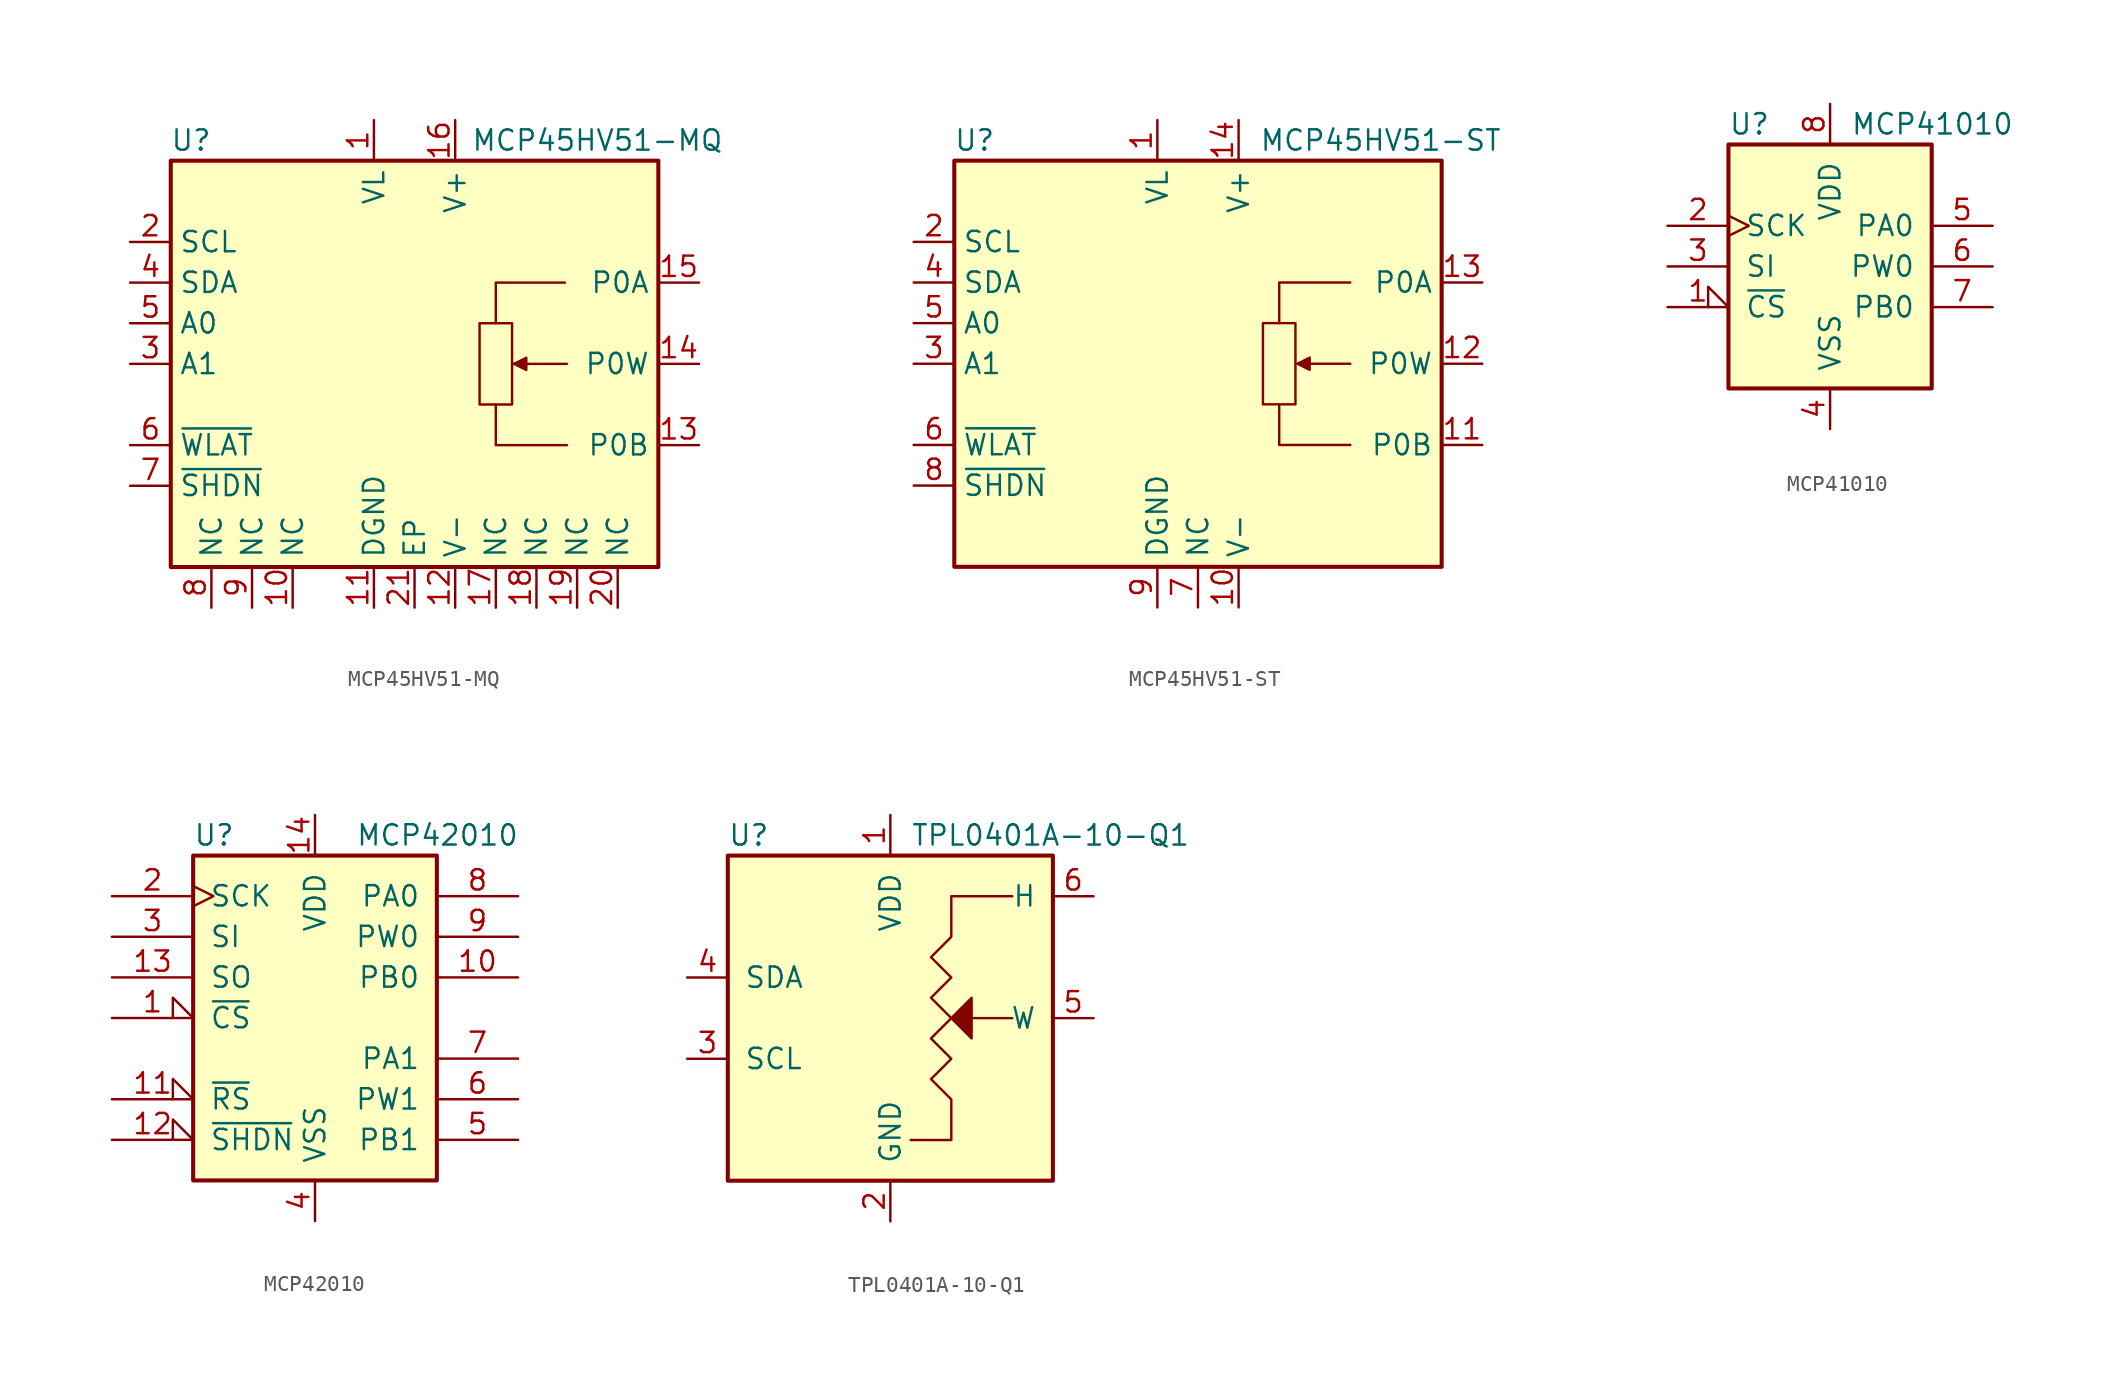
<source format=kicad_sym>
(kicad_symbol_lib
  (version 20201005)
  (generator kicad_symbol_editor)
  (symbol "MCP45HV51-MQ"
    (property "Reference" "U"
      (at -13.97 13.97 0)
      (effects (font (size 1.27 1.27))))
    (property "Value" "MCP45HV51-MQ"
      (at 11.43 13.97 0)
      (effects (font (size 1.27 1.27))))
    (symbol "MCP45HV51-MQ_0_1"
      (rectangle (start 6.096 2.54) (end 4.064 -2.54) (stroke (width 0)) (fill (type none)))
      (polyline (pts (xy 9.525 0) (xy 6.223 0)) (stroke (width 0)) (fill (type none)))
      (polyline (pts (xy 5.08 -2.54) (xy 5.08 -5.08) (xy 9.525 -5.08)) (stroke (width 0)) (fill (type none)))
      (polyline (pts (xy 5.08 2.54) (xy 5.08 5.08) (xy 9.398 5.08)) (stroke (width 0)) (fill (type none)))
      (polyline (pts (xy 6.223 0) (xy 6.985 0.381) (xy 6.985 -0.381) (xy 6.223 0)) (stroke (width 0)) (fill (type outline))))
    (symbol "MCP45HV51-MQ_1_1"
      (rectangle (start -15.24 12.7) (end 15.24 -12.7) (stroke (width 0.254)) (fill (type background)))
      (pin power_in line (at -2.54 15.24 270) (length 2.54) (name "VL" (effects (font (size 1.27 1.27)))) (number "1" (effects (font (size 1.27 1.27)))))
      (pin passive line (at -7.62 -15.24 90) (length 2.54) (name "NC" (effects (font (size 1.27 1.27)))) (number "10" (effects (font (size 1.27 1.27)))))
      (pin power_in line (at -2.54 -15.24 90) (length 2.54) (name "DGND" (effects (font (size 1.27 1.27)))) (number "11" (effects (font (size 1.27 1.27)))))
      (pin power_in line (at 2.54 -15.24 90) (length 2.54) (name "V-" (effects (font (size 1.27 1.27)))) (number "12" (effects (font (size 1.27 1.27)))))
      (pin passive line (at 17.78 -5.08 180) (length 2.54) (name "P0B" (effects (font (size 1.27 1.27)))) (number "13" (effects (font (size 1.27 1.27)))))
      (pin passive line (at 17.78 0 180) (length 2.54) (name "P0W" (effects (font (size 1.27 1.27)))) (number "14" (effects (font (size 1.27 1.27)))))
      (pin passive line (at 17.78 5.08 180) (length 2.54) (name "P0A" (effects (font (size 1.27 1.27)))) (number "15" (effects (font (size 1.27 1.27)))))
      (pin power_in line (at 2.54 15.24 270) (length 2.54) (name "V+" (effects (font (size 1.27 1.27)))) (number "16" (effects (font (size 1.27 1.27)))))
      (pin passive line (at 5.08 -15.24 90) (length 2.54) (name "NC" (effects (font (size 1.27 1.27)))) (number "17" (effects (font (size 1.27 1.27)))))
      (pin passive line (at 7.62 -15.24 90) (length 2.54) (name "NC" (effects (font (size 1.27 1.27)))) (number "18" (effects (font (size 1.27 1.27)))))
      (pin passive line (at 10.16 -15.24 90) (length 2.54) (name "NC" (effects (font (size 1.27 1.27)))) (number "19" (effects (font (size 1.27 1.27)))))
      (pin input line (at -17.78 7.62 0) (length 2.54) (name "SCL" (effects (font (size 1.27 1.27)))) (number "2" (effects (font (size 1.27 1.27)))))
      (pin passive line (at 12.7 -15.24 90) (length 2.54) (name "NC" (effects (font (size 1.27 1.27)))) (number "20" (effects (font (size 1.27 1.27)))))
      (pin power_in line (at 0 -15.24 90) (length 2.54) (name "EP" (effects (font (size 1.27 1.27)))) (number "21" (effects (font (size 1.27 1.27)))))
      (pin input line (at -17.78 0 0) (length 2.54) (name "A1" (effects (font (size 1.27 1.27)))) (number "3" (effects (font (size 1.27 1.27)))))
      (pin bidirectional line (at -17.78 5.08 0) (length 2.54) (name "SDA" (effects (font (size 1.27 1.27)))) (number "4" (effects (font (size 1.27 1.27)))))
      (pin input line (at -17.78 2.54 0) (length 2.54) (name "A0" (effects (font (size 1.27 1.27)))) (number "5" (effects (font (size 1.27 1.27)))))
      (pin input line (at -17.78 -5.08 0) (length 2.54) (name "~WLAT" (effects (font (size 1.27 1.27)))) (number "6" (effects (font (size 1.27 1.27)))))
      (pin input line (at -17.78 -7.62 0) (length 2.54) (name "~SHDN" (effects (font (size 1.27 1.27)))) (number "7" (effects (font (size 1.27 1.27)))))
      (pin passive line (at -12.7 -15.24 90) (length 2.54) (name "NC" (effects (font (size 1.27 1.27)))) (number "8" (effects (font (size 1.27 1.27)))))
      (pin passive line (at -10.16 -15.24 90) (length 2.54) (name "NC" (effects (font (size 1.27 1.27)))) (number "9" (effects (font (size 1.27 1.27)))))))
  (symbol "MCP45HV51-ST"
    (property "Reference" "U"
      (at -13.97 13.97 0)
      (effects (font (size 1.27 1.27))))
    (property "Value" "MCP45HV51-ST"
      (at 11.43 13.97 0)
      (effects (font (size 1.27 1.27))))
    (symbol "MCP45HV51-ST_0_1"
      (polyline (pts (xy 9.525 0) (xy 6.223 0)) (stroke (width 0)) (fill (type none)))
      (polyline (pts (xy 5.08 -2.54) (xy 5.08 -5.08) (xy 9.525 -5.08)) (stroke (width 0)) (fill (type none)))
      (polyline (pts (xy 5.08 2.54) (xy 5.08 5.08) (xy 9.525 5.08)) (stroke (width 0)) (fill (type none)))
      (polyline (pts (xy 6.223 0) (xy 6.985 0.381) (xy 6.985 -0.381) (xy 6.223 0)) (stroke (width 0)) (fill (type outline)))
      (polyline (pts (xy 6.096 2.54) (xy 4.064 2.54) (xy 4.064 -2.54) (xy 6.096 -2.54) (xy 6.096 2.54)) (stroke (width 0)) (fill (type none))))
    (symbol "MCP45HV51-ST_1_1"
      (rectangle (start -15.24 12.7) (end 15.24 -12.7) (stroke (width 0.254)) (fill (type background)))
      (pin power_in line (at -2.54 15.24 270) (length 2.54) (name "VL" (effects (font (size 1.27 1.27)))) (number "1" (effects (font (size 1.27 1.27)))))
      (pin power_in line (at 2.54 -15.24 90) (length 2.54) (name "V-" (effects (font (size 1.27 1.27)))) (number "10" (effects (font (size 1.27 1.27)))))
      (pin passive line (at 17.78 -5.08 180) (length 2.54) (name "P0B" (effects (font (size 1.27 1.27)))) (number "11" (effects (font (size 1.27 1.27)))))
      (pin passive line (at 17.78 0 180) (length 2.54) (name "P0W" (effects (font (size 1.27 1.27)))) (number "12" (effects (font (size 1.27 1.27)))))
      (pin passive line (at 17.78 5.08 180) (length 2.54) (name "P0A" (effects (font (size 1.27 1.27)))) (number "13" (effects (font (size 1.27 1.27)))))
      (pin power_in line (at 2.54 15.24 270) (length 2.54) (name "V+" (effects (font (size 1.27 1.27)))) (number "14" (effects (font (size 1.27 1.27)))))
      (pin input line (at -17.78 7.62 0) (length 2.54) (name "SCL" (effects (font (size 1.27 1.27)))) (number "2" (effects (font (size 1.27 1.27)))))
      (pin input line (at -17.78 0 0) (length 2.54) (name "A1" (effects (font (size 1.27 1.27)))) (number "3" (effects (font (size 1.27 1.27)))))
      (pin bidirectional line (at -17.78 5.08 0) (length 2.54) (name "SDA" (effects (font (size 1.27 1.27)))) (number "4" (effects (font (size 1.27 1.27)))))
      (pin input line (at -17.78 2.54 0) (length 2.54) (name "A0" (effects (font (size 1.27 1.27)))) (number "5" (effects (font (size 1.27 1.27)))))
      (pin input line (at -17.78 -5.08 0) (length 2.54) (name "~WLAT" (effects (font (size 1.27 1.27)))) (number "6" (effects (font (size 1.27 1.27)))))
      (pin passive line (at 0 -15.24 90) (length 2.54) (name "NC" (effects (font (size 1.27 1.27)))) (number "7" (effects (font (size 1.27 1.27)))))
      (pin input line (at -17.78 -7.62 0) (length 2.54) (name "~SHDN" (effects (font (size 1.27 1.27)))) (number "8" (effects (font (size 1.27 1.27)))))
      (pin power_in line (at -2.54 -15.24 90) (length 2.54) (name "DGND" (effects (font (size 1.27 1.27)))) (number "9" (effects (font (size 1.27 1.27)))))))
  (symbol "MCP41010"
    (pin_names
      (offset 1.016))
    (property "Reference" "U"
      (at -6.35 8.89 0)
      (effects (font (size 1.27 1.27)) (justify left)))
    (property "Value" "MCP41010"
      (at 1.27 8.89 0)
      (effects (font (size 1.27 1.27)) (justify left)))
    (symbol "MCP41010_0_1"
      (rectangle (start -6.35 7.62) (end 6.35 -7.62) (stroke (width 0.254)) (fill (type background))))
    (symbol "MCP41010_1_1"
      (pin input input_low (at -10.16 -2.54 0) (length 3.81) (name "~CS" (effects (font (size 1.27 1.27)))) (number "1" (effects (font (size 1.27 1.27)))))
      (pin passive clock (at -10.16 2.54 0) (length 3.81) (name "SCK" (effects (font (size 1.27 1.27)))) (number "2" (effects (font (size 1.27 1.27)))))
      (pin input line (at -10.16 0 0) (length 3.81) (name "SI" (effects (font (size 1.27 1.27)))) (number "3" (effects (font (size 1.27 1.27)))))
      (pin power_in line (at 0 -10.16 90) (length 2.54) (name "VSS" (effects (font (size 1.27 1.27)))) (number "4" (effects (font (size 1.27 1.27)))))
      (pin passive line (at 10.16 2.54 180) (length 3.81) (name "PA0" (effects (font (size 1.27 1.27)))) (number "5" (effects (font (size 1.27 1.27)))))
      (pin passive line (at 10.16 0 180) (length 3.81) (name "PW0" (effects (font (size 1.27 1.27)))) (number "6" (effects (font (size 1.27 1.27)))))
      (pin passive line (at 10.16 -2.54 180) (length 3.81) (name "PB0" (effects (font (size 1.27 1.27)))) (number "7" (effects (font (size 1.27 1.27)))))
      (pin power_in line (at 0 10.16 270) (length 2.54) (name "VDD" (effects (font (size 1.27 1.27)))) (number "8" (effects (font (size 1.27 1.27)))))))
  (symbol "MCP42010"
    (pin_names
      (offset 1.016))
    (property "Reference" "U"
      (at -7.62 11.43 0)
      (effects (font (size 1.27 1.27)) (justify left)))
    (property "Value" "MCP42010"
      (at 2.54 11.43 0)
      (effects (font (size 1.27 1.27)) (justify left)))
    (symbol "MCP42010_0_1"
      (rectangle (start -7.62 10.16) (end 7.62 -10.16) (stroke (width 0.254)) (fill (type background))))
    (symbol "MCP42010_1_1"
      (pin input input_low (at -12.7 0 0) (length 5.08) (name "~CS" (effects (font (size 1.27 1.27)))) (number "1" (effects (font (size 1.27 1.27)))))
      (pin passive line (at 12.7 2.54 180) (length 5.08) (name "PB0" (effects (font (size 1.27 1.27)))) (number "10" (effects (font (size 1.27 1.27)))))
      (pin input input_low (at -12.7 -5.08 0) (length 5.08) (name "~RS" (effects (font (size 1.27 1.27)))) (number "11" (effects (font (size 1.27 1.27)))))
      (pin input input_low (at -12.7 -7.62 0) (length 5.08) (name "~SHDN" (effects (font (size 1.27 1.27)))) (number "12" (effects (font (size 1.27 1.27)))))
      (pin output line (at -12.7 2.54 0) (length 5.08) (name "SO" (effects (font (size 1.27 1.27)))) (number "13" (effects (font (size 1.27 1.27)))))
      (pin power_in line (at 0 12.7 270) (length 2.54) (name "VDD" (effects (font (size 1.27 1.27)))) (number "14" (effects (font (size 1.27 1.27)))))
      (pin input clock (at -12.7 7.62 0) (length 5.08) (name "SCK" (effects (font (size 1.27 1.27)))) (number "2" (effects (font (size 1.27 1.27)))))
      (pin input line (at -12.7 5.08 0) (length 5.08) (name "SI" (effects (font (size 1.27 1.27)))) (number "3" (effects (font (size 1.27 1.27)))))
      (pin power_in line (at 0 -12.7 90) (length 2.54) (name "VSS" (effects (font (size 1.27 1.27)))) (number "4" (effects (font (size 1.27 1.27)))))
      (pin passive line (at 12.7 -7.62 180) (length 5.08) (name "PB1" (effects (font (size 1.27 1.27)))) (number "5" (effects (font (size 1.27 1.27)))))
      (pin passive line (at 12.7 -5.08 180) (length 5.08) (name "PW1" (effects (font (size 1.27 1.27)))) (number "6" (effects (font (size 1.27 1.27)))))
      (pin passive line (at 12.7 -2.54 180) (length 5.08) (name "PA1" (effects (font (size 1.27 1.27)))) (number "7" (effects (font (size 1.27 1.27)))))
      (pin passive line (at 12.7 7.62 180) (length 5.08) (name "PA0" (effects (font (size 1.27 1.27)))) (number "8" (effects (font (size 1.27 1.27)))))
      (pin passive line (at 12.7 5.08 180) (length 5.08) (name "PW0" (effects (font (size 1.27 1.27)))) (number "9" (effects (font (size 1.27 1.27)))))))
  (symbol "TPL0401A-10-Q1"
    (pin_names
      (offset 1.016))
    (property "Reference" "U"
      (at -10.16 11.43 0)
      (effects (font (size 1.27 1.27)) (justify left)))
    (property "Value" "TPL0401A-10-Q1"
      (at 1.27 11.43 0)
      (effects (font (size 1.27 1.27)) (justify left)))
    (symbol "TPL0401A-10-Q1_0_1"
      (polyline (pts (xy 7.62 0) (xy 5.08 0)) (stroke (width 0)) (fill (type none)))
      (polyline (pts (xy 5.08 -1.27) (xy 5.08 1.27) (xy 3.81 0) (xy 5.08 -1.27) (xy 5.08 -1.27)) (stroke (width 0)) (fill (type outline)))
      (polyline (pts (xy 7.62 7.62) (xy 3.81 7.62) (xy 3.81 5.08) (xy 2.54 3.81) (xy 3.81 2.54) (xy 2.54 1.27) (xy 3.81 0) (xy 2.54 -1.27) (xy 3.81 -2.54) (xy 2.54 -3.81) (xy 3.81 -5.08) (xy 3.81 -7.62) (xy 1.27 -7.62)) (stroke (width 0)) (fill (type none))))
    (symbol "TPL0401A-10-Q1_1_1"
      (rectangle (start -10.16 10.16) (end 10.16 -10.16) (stroke (width 0.254)) (fill (type background)))
      (pin power_in line (at 0 12.7 270) (length 2.54) (name "VDD" (effects (font (size 1.27 1.27)))) (number "1" (effects (font (size 1.27 1.27)))))
      (pin power_in line (at 0 -12.7 90) (length 2.54) (name "GND" (effects (font (size 1.27 1.27)))) (number "2" (effects (font (size 1.27 1.27)))))
      (pin input line (at -12.7 -2.54 0) (length 2.54) (name "SCL" (effects (font (size 1.27 1.27)))) (number "3" (effects (font (size 1.27 1.27)))))
      (pin bidirectional line (at -12.7 2.54 0) (length 2.54) (name "SDA" (effects (font (size 1.27 1.27)))) (number "4" (effects (font (size 1.27 1.27)))))
      (pin passive line (at 12.7 0 180) (length 2.54) (name "W" (effects (font (size 1.27 1.27)))) (number "5" (effects (font (size 1.27 1.27)))))
      (pin passive line (at 12.7 7.62 180) (length 2.54) (name "H" (effects (font (size 1.27 1.27)))) (number "6" (effects (font (size 1.27 1.27))))))))
</source>
